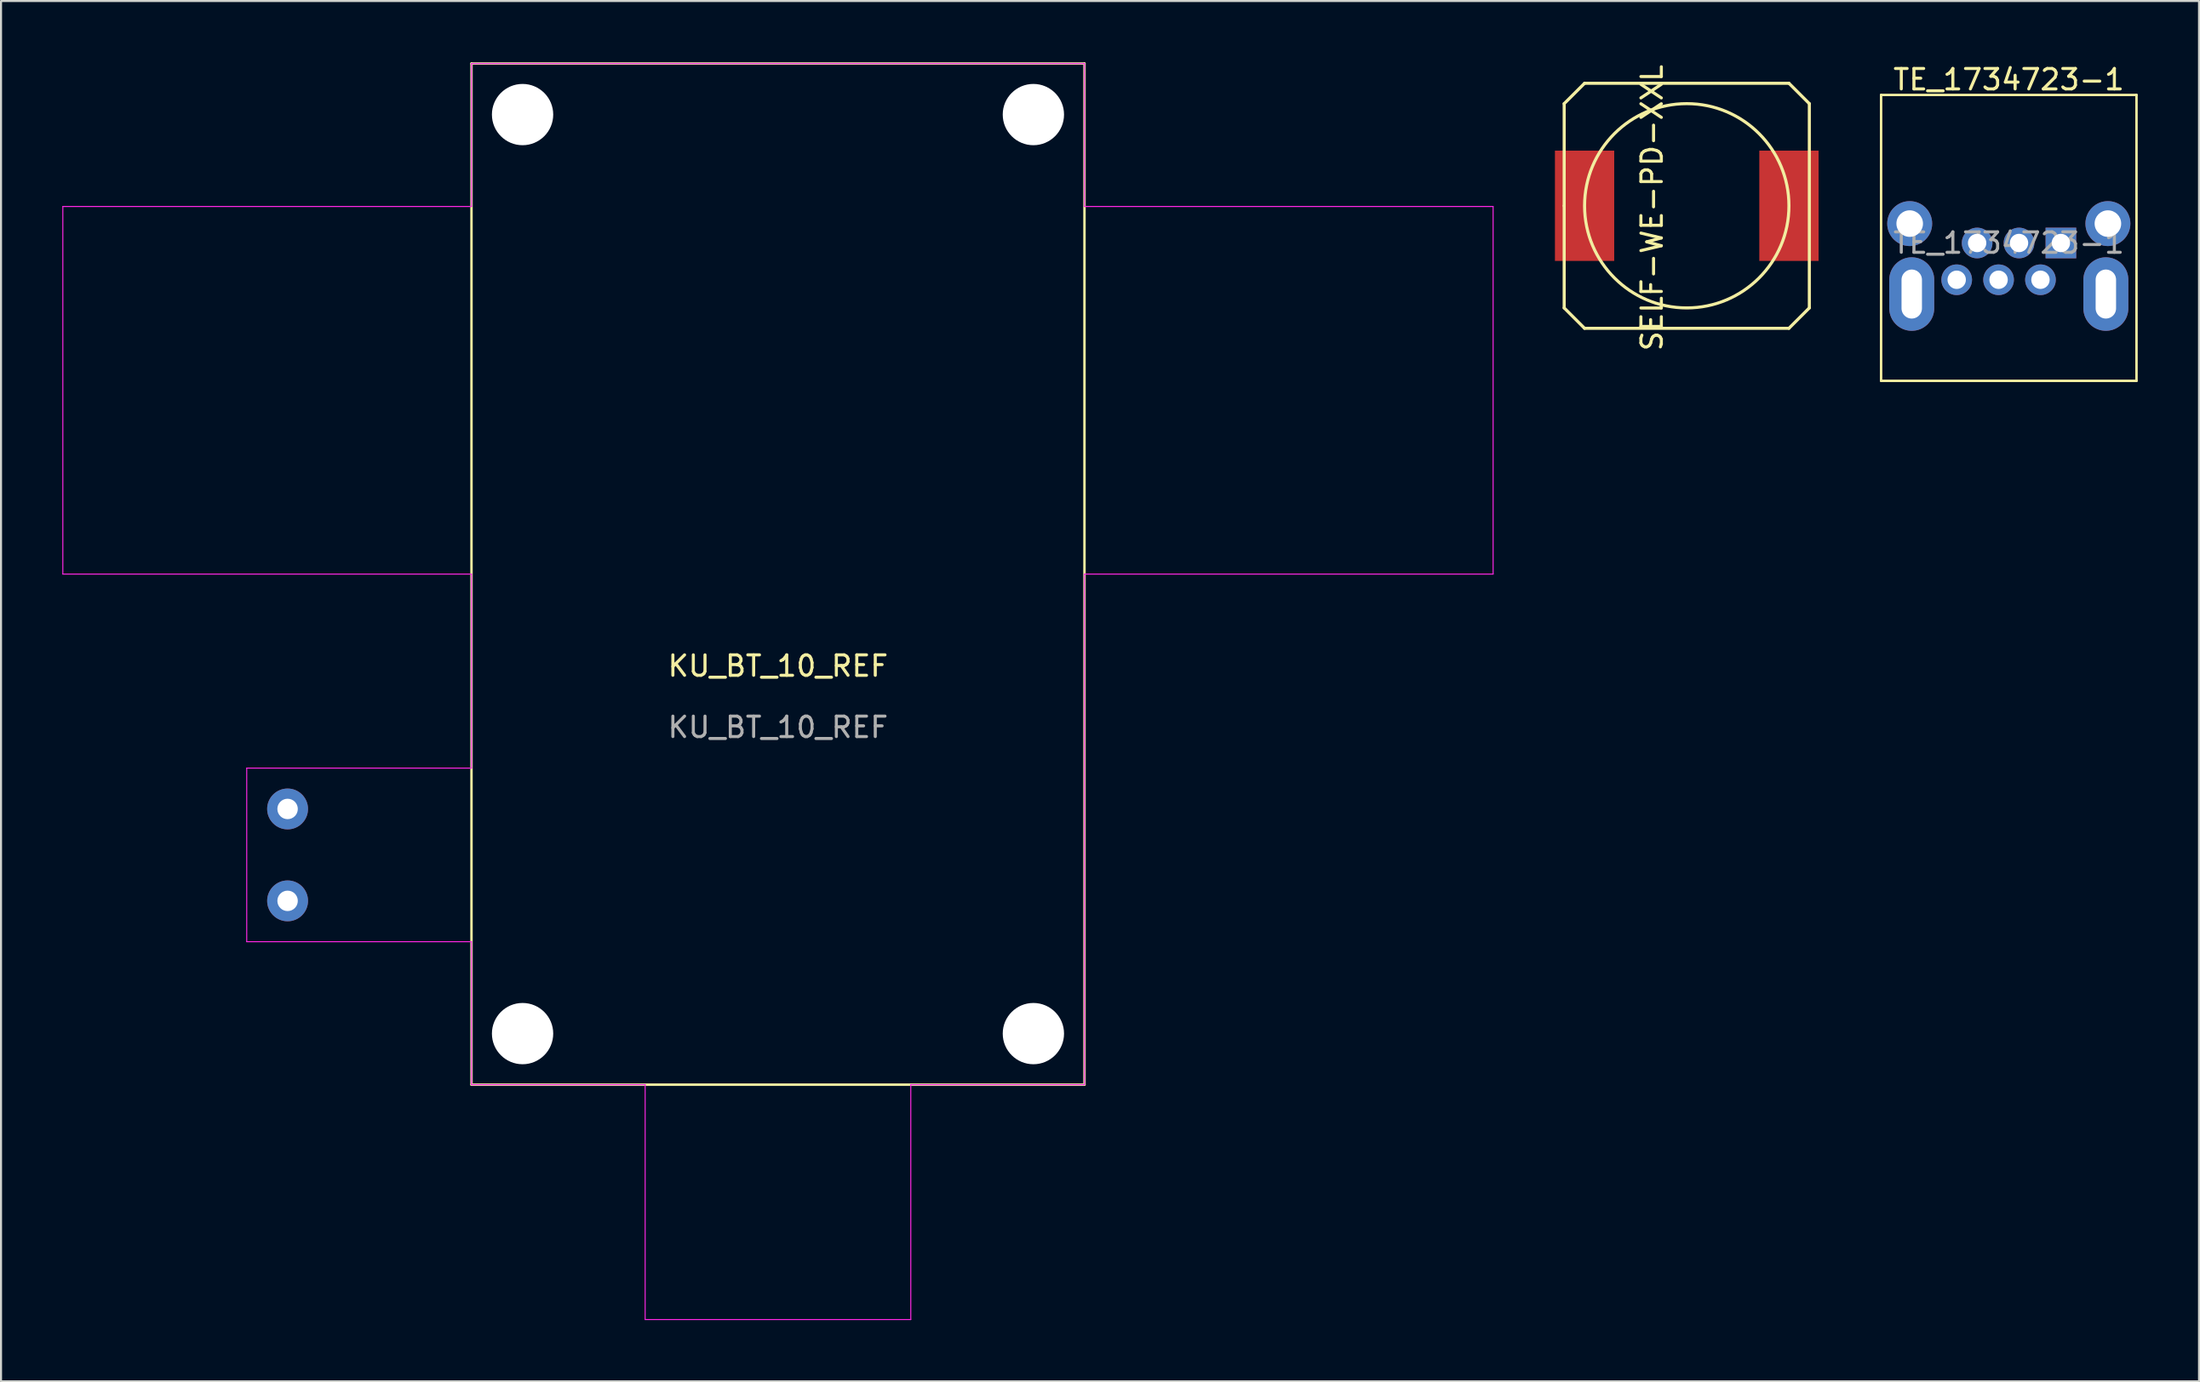
<source format=kicad_pcb>
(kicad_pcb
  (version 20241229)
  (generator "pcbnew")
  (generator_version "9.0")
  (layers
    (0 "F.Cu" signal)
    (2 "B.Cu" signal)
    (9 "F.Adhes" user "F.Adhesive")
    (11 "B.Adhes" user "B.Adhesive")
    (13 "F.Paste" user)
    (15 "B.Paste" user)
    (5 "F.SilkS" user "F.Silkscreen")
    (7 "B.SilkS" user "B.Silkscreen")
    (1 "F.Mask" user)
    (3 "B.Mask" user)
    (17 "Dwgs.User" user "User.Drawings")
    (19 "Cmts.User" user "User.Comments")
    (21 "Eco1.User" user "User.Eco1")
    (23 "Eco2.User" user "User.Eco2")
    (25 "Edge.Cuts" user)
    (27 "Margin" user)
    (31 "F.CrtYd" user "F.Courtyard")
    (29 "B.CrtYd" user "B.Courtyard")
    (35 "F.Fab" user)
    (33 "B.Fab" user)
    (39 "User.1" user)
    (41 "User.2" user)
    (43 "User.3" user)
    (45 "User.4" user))
  (footprint "SELF-WE-PD-XXL"
    (layer "F.Cu")
    (at 79.502 7.026)
    (property "Reference" "SELF-WE-PD-XXL" (at -1.699 0.099 90) (layer "F.SilkS") (effects (font (size 1 1) (thickness 0.15))))
    (attr smd)
    (fp_line (start -5.999 -5.001) (end -5.001 -5.999) (stroke (width 0.15) (type solid)) (layer "F.SilkS"))
    (fp_line (start -5.999 0) (end -5.999 -5.001) (stroke (width 0.15) (type solid)) (layer "F.SilkS"))
    (fp_line (start -5.999 5.001) (end -5.999 0) (stroke (width 0.15) (type solid)) (layer "F.SilkS"))
    (fp_line (start -5.001 -5.999) (end 5.001 -5.999) (stroke (width 0.15) (type solid)) (layer "F.SilkS"))
    (fp_line (start -5.001 5.999) (end -5.999 5.001) (stroke (width 0.15) (type solid)) (layer "F.SilkS"))
    (fp_line (start 5.001 -5.999) (end 5.999 -5.001) (stroke (width 0.15) (type solid)) (layer "F.SilkS"))
    (fp_line (start 5.001 5.999) (end -5.001 5.999) (stroke (width 0.15) (type solid)) (layer "F.SilkS"))
    (fp_line (start 5.999 -5.001) (end 5.999 5.001) (stroke (width 0.15) (type solid)) (layer "F.SilkS"))
    (fp_line (start 5.999 5.001) (end 5.001 5.999) (stroke (width 0.15) (type solid)) (layer "F.SilkS"))
    (fp_circle (center 0 0) (end 0 -5.001) (stroke (width 0.15) (type solid)) (fill no) (layer "F.SilkS"))
    (pad "1" smd rect (at -5.001 0) (size 2.901 5.4) (layers "F.Cu" "F.Mask" "F.Paste"))
    (pad "2" smd rect (at 5.001 0) (size 2.901 5.4) (layers "F.Cu" "F.Mask" "F.Paste")))
  (footprint "KU_BT_10_REF"
    (layer "F.Cu")
    (at 35.025 25.06)
    (property "Reference" "KU_BT_10_REF" (at 0 4.5 0) (unlocked yes) (layer "F.SilkS") (effects (font (size 1 1) (thickness 0.15))))
    (attr through_hole)
    (fp_line (start -15 -25) (end -15 25) (stroke (width 0.12) (type solid)) (layer "F.SilkS"))
    (fp_line (start -15 25) (end 15 25) (stroke (width 0.12) (type solid)) (layer "F.SilkS"))
    (fp_line (start 15 -25) (end -15 -25) (stroke (width 0.12) (type solid)) (layer "F.SilkS"))
    (fp_line (start 15 25) (end 15 -25) (stroke (width 0.12) (type solid)) (layer "F.SilkS"))
    (fp_line (start -35 -18) (end -35 0) (stroke (width 0.05) (type solid)) (layer "F.CrtYd"))
    (fp_line (start -35 0) (end -15 0) (stroke (width 0.05) (type solid)) (layer "F.CrtYd"))
    (fp_line (start -26 9.5) (end -15 9.5) (stroke (width 0.05) (type solid)) (layer "F.CrtYd"))
    (fp_line (start -26 18) (end -26 9.5) (stroke (width 0.05) (type solid)) (layer "F.CrtYd"))
    (fp_line (start -15 -25) (end 15 -25) (stroke (width 0.05) (type solid)) (layer "F.CrtYd"))
    (fp_line (start -15 -18) (end -35 -18) (stroke (width 0.05) (type solid)) (layer "F.CrtYd"))
    (fp_line (start -15 -18) (end -15 -25) (stroke (width 0.05) (type solid)) (layer "F.CrtYd"))
    (fp_line (start -15 9.5) (end -15 0) (stroke (width 0.05) (type solid)) (layer "F.CrtYd"))
    (fp_line (start -15 18) (end -26 18) (stroke (width 0.05) (type solid)) (layer "F.CrtYd"))
    (fp_line (start -15 25) (end -15 18) (stroke (width 0.05) (type solid)) (layer "F.CrtYd"))
    (fp_line (start -15 25) (end -6.5 25) (stroke (width 0.05) (type solid)) (layer "F.CrtYd"))
    (fp_line (start -6.5 25) (end -6.5 36.5) (stroke (width 0.05) (type solid)) (layer "F.CrtYd"))
    (fp_line (start -6.5 36.5) (end 6.5 36.5) (stroke (width 0.05) (type solid)) (layer "F.CrtYd"))
    (fp_line (start 6.5 25) (end 6.5 36.5) (stroke (width 0.05) (type solid)) (layer "F.CrtYd"))
    (fp_line (start 15 -25) (end 15 -18) (stroke (width 0.05) (type solid)) (layer "F.CrtYd"))
    (fp_line (start 15 0) (end 15 25) (stroke (width 0.05) (type solid)) (layer "F.CrtYd"))
    (fp_line (start 15 0) (end 35 0) (stroke (width 0.05) (type solid)) (layer "F.CrtYd"))
    (fp_line (start 15 25) (end 6.5 25) (stroke (width 0.05) (type solid)) (layer "F.CrtYd"))
    (fp_line (start 35 -18) (end 15 -18) (stroke (width 0.05) (type solid)) (layer "F.CrtYd"))
    (fp_line (start 35 0) (end 35 -18) (stroke (width 0.05) (type solid)) (layer "F.CrtYd"))
    (fp_text user "${REFERENCE}" (at 0 7.5 0) (unlocked yes) (layer "F.Fab") (effects (font (size 1 1) (thickness 0.15))))
    (pad "" np_thru_hole circle (at -12.5 -22.5) (size 3 3) (drill 3) (layers "*.Cu" "*.Mask"))
    (pad "" np_thru_hole circle (at -12.5 22.5) (size 3 3) (drill 3) (layers "*.Cu" "*.Mask"))
    (pad "" np_thru_hole circle (at 12.5 -22.5) (size 3 3) (drill 3) (layers "*.Cu" "*.Mask"))
    (pad "" np_thru_hole circle (at 12.5 22.5) (size 3 3) (drill 3) (layers "*.Cu" "*.Mask"))
    (pad "1" thru_hole circle (at -24 11.5) (size 2 2) (drill 1) (layers "*.Cu" "*.Mask"))
    (pad "2" thru_hole circle (at -24 16) (size 2 2) (drill 1) (layers "*.Cu" "*.Mask")))
  (footprint "TE_1734723-1"
    (layer "F.Cu")
    (at 95.263 8.848)
    (property "Reference" "TE_1734723-1" (at 0 -8 0) (unlocked yes) (layer "F.SilkS") (effects (font (size 1 1) (thickness 0.15))))
    (attr through_hole)
    (fp_line (start -6.25 -7.25) (end -6.25 6.75) (stroke (width 0.12) (type solid)) (layer "F.SilkS"))
    (fp_line (start -6.25 6.75) (end 6.25 6.75) (stroke (width 0.12) (type solid)) (layer "F.SilkS"))
    (fp_line (start 6.25 -7.25) (end -6.25 -7.25) (stroke (width 0.12) (type solid)) (layer "F.SilkS"))
    (fp_line (start 6.25 6.75) (end 6.25 -7.25) (stroke (width 0.12) (type solid)) (layer "F.SilkS"))
    (fp_text user "${REFERENCE}" (at 0 0 0) (unlocked yes) (layer "F.Fab") (effects (font (size 1 1) (thickness 0.15))))
    (pad "1" thru_hole rect (at 2.55 0 180) (size 1.5 1.5) (drill 0.9) (layers "*.Cu" "*.Mask"))
    (pad "2" thru_hole circle (at 1.55 1.8 180) (size 1.5 1.5) (drill 0.9) (layers "*.Cu" "*.Mask"))
    (pad "3" thru_hole circle (at 0.5 0 180) (size 1.5 1.5) (drill 0.9) (layers "*.Cu" "*.Mask"))
    (pad "4" thru_hole circle (at -0.5 1.8 180) (size 1.5 1.5) (drill 0.9) (layers "*.Cu" "*.Mask"))
    (pad "5" thru_hole circle (at -1.55 0 180) (size 1.5 1.5) (drill 0.9) (layers "*.Cu" "*.Mask"))
    (pad "6" thru_hole circle (at -2.55 1.8 180) (size 1.5 1.5) (drill 0.9) (layers "*.Cu" "*.Mask"))
    (pad "SH" thru_hole circle (at -4.85 -0.95) (size 2.2 2.2) (drill 1.3) (layers "*.Cu" "*.Mask"))
    (pad "SH" thru_hole oval (at -4.75 2.5) (size 2.2 3.6) (drill oval 1 2.4) (layers "*.Cu" "*.Mask"))
    (pad "SH" thru_hole oval (at 4.75 2.5) (size 2.2 3.6) (drill oval 1 2.4) (layers "*.Cu" "*.Mask"))
    (pad "SH" thru_hole circle (at 4.85 -0.95) (size 2.2 2.2) (drill 1.3) (layers "*.Cu" "*.Mask")))
  (gr_rect
    (start -3 -3)
    (end 104.573 64.585)
    (stroke (width 0.1) (type default))
    (fill no)
    (layer "Edge.Cuts")))
</source>
